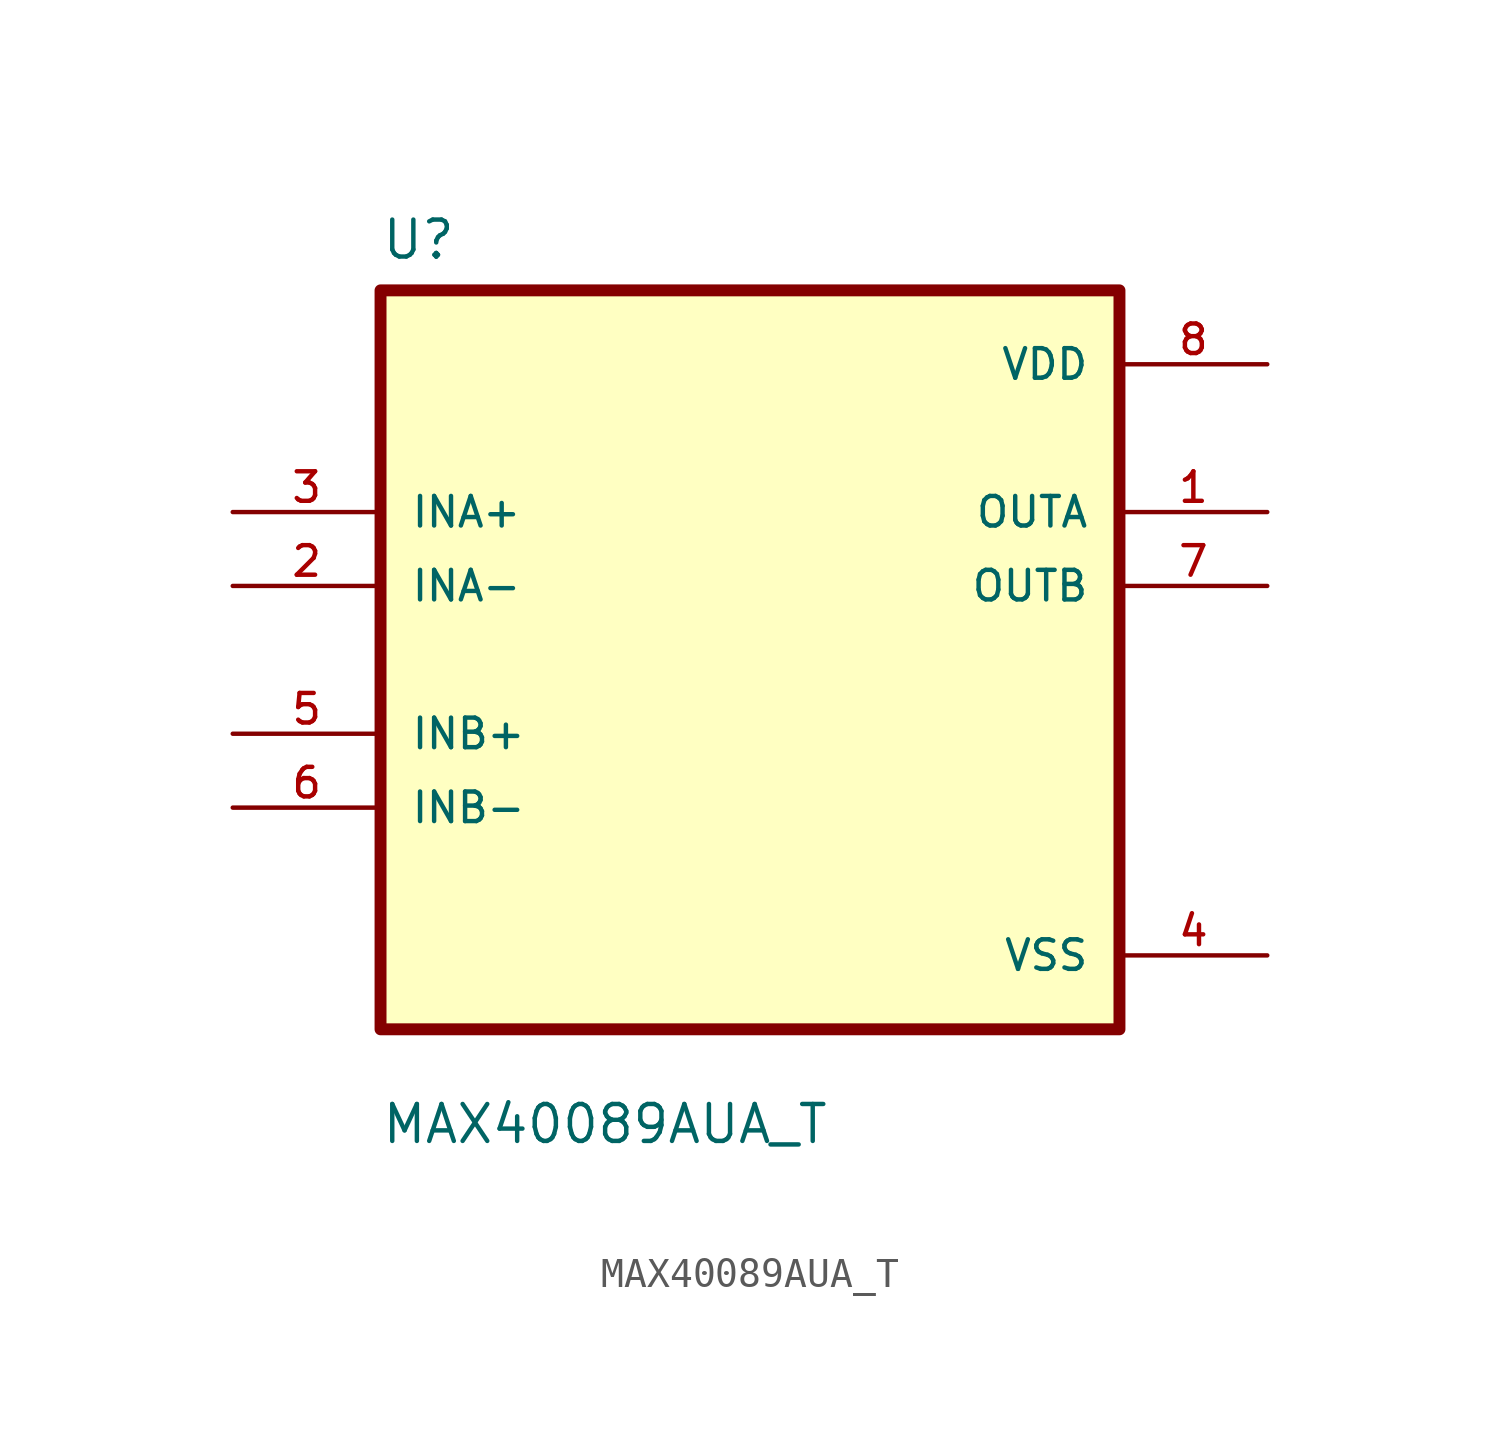
<source format=kicad_sym>
(kicad_symbol_lib
  (version 20211014)
  (generator kicad_symbol_editor)
  (symbol "MAX40089AUA_T"
    (pin_names
      (offset 1.016))
    (property "Reference" "U"
      (at -12.7 13.7 0.0)
      (effects (font (size 1.27 1.27)) (justify bottom left)))
    (property "Value" "MAX40089AUA_T"
      (at -12.7 -16.7 0.0)
      (effects (font (size 1.27 1.27)) (justify bottom left)))
    (symbol "MAX40089AUA_T_0_0"
      (rectangle (start -12.7 -12.7) (end 12.7 12.7) (stroke (width 0.41)) (fill (type background)))
      (pin input line (at -17.78 5.08 0) (length 5.08) (name "INA+" (effects (font (size 1.016 1.016)))) (number "3" (effects (font (size 1.016 1.016)))))
      (pin input line (at -17.78 2.54 0) (length 5.08) (name "INA-" (effects (font (size 1.016 1.016)))) (number "2" (effects (font (size 1.016 1.016)))))
      (pin input line (at -17.78 -2.54 0) (length 5.08) (name "INB+" (effects (font (size 1.016 1.016)))) (number "5" (effects (font (size 1.016 1.016)))))
      (pin input line (at -17.78 -5.08 0) (length 5.08) (name "INB-" (effects (font (size 1.016 1.016)))) (number "6" (effects (font (size 1.016 1.016)))))
      (pin power_in line (at 17.78 10.16 180.0) (length 5.08) (name "VDD" (effects (font (size 1.016 1.016)))) (number "8" (effects (font (size 1.016 1.016)))))
      (pin output line (at 17.78 5.08 180.0) (length 5.08) (name "OUTA" (effects (font (size 1.016 1.016)))) (number "1" (effects (font (size 1.016 1.016)))))
      (pin output line (at 17.78 2.54 180.0) (length 5.08) (name "OUTB" (effects (font (size 1.016 1.016)))) (number "7" (effects (font (size 1.016 1.016)))))
      (pin power_in line (at 17.78 -10.16 180.0) (length 5.08) (name "VSS" (effects (font (size 1.016 1.016)))) (number "4" (effects (font (size 1.016 1.016))))))))
</source>
